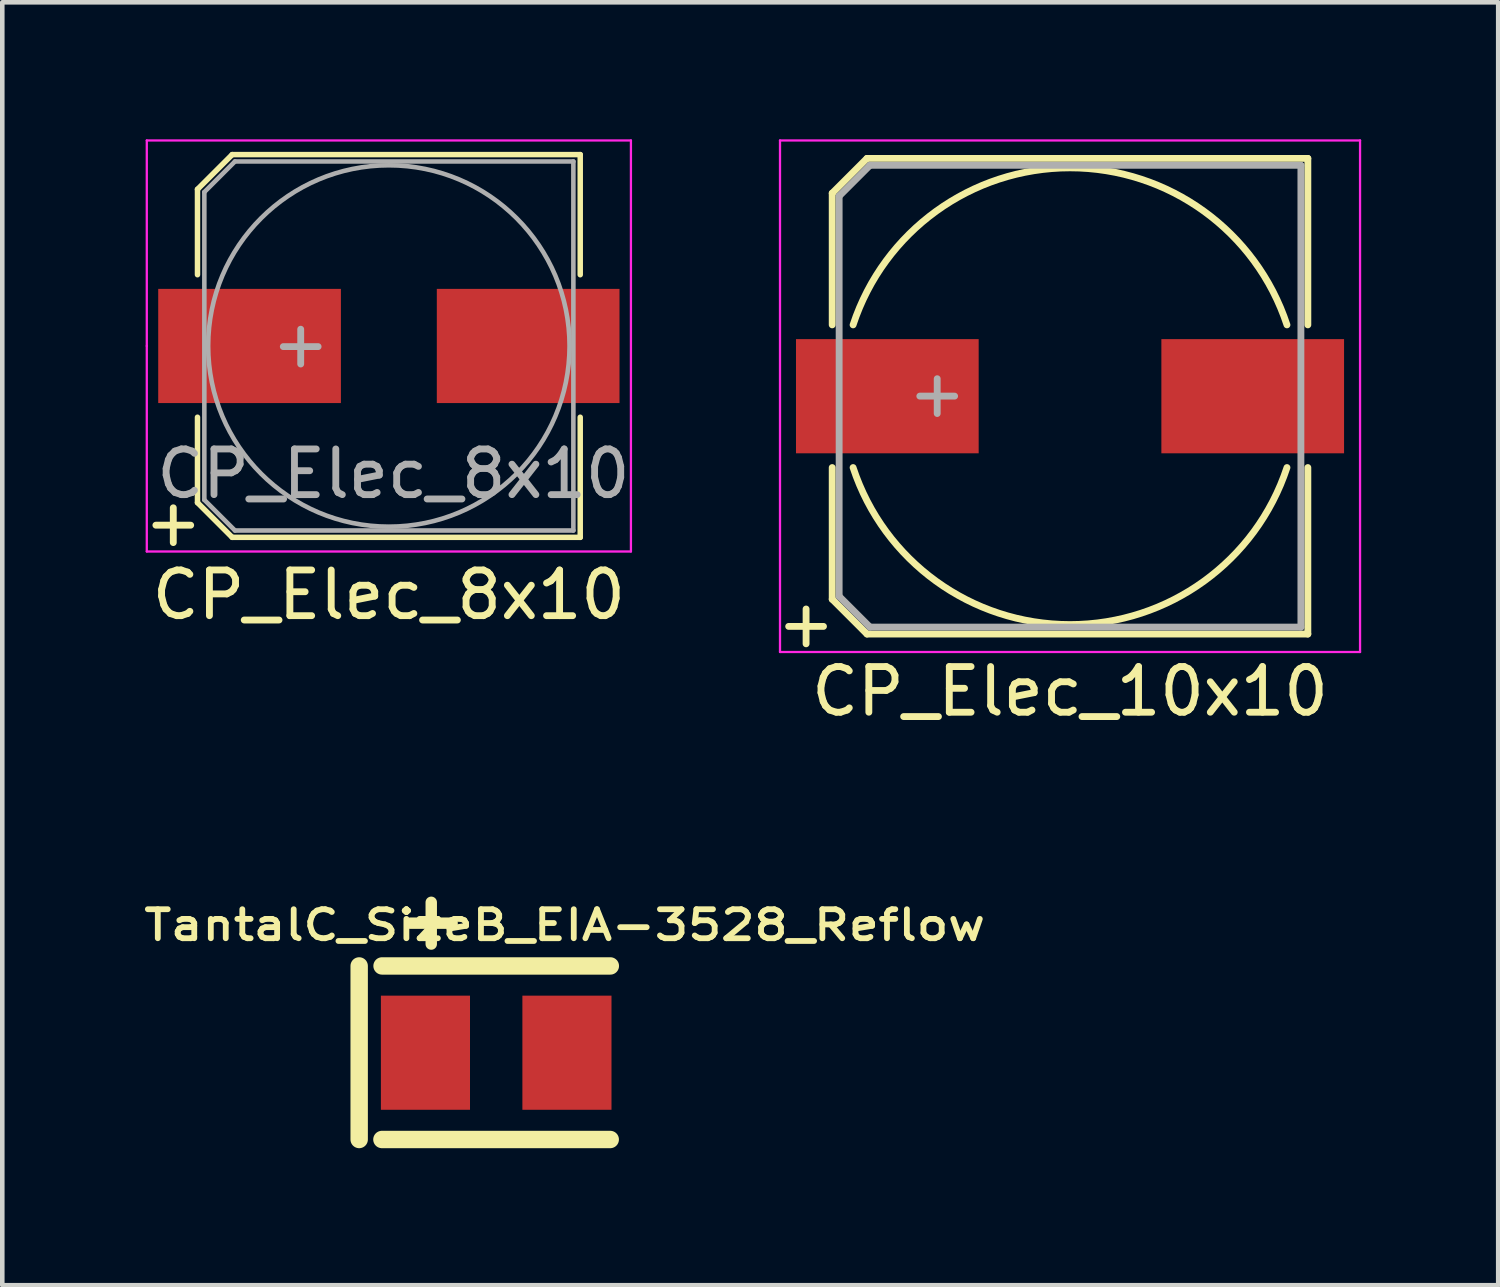
<source format=kicad_pcb>
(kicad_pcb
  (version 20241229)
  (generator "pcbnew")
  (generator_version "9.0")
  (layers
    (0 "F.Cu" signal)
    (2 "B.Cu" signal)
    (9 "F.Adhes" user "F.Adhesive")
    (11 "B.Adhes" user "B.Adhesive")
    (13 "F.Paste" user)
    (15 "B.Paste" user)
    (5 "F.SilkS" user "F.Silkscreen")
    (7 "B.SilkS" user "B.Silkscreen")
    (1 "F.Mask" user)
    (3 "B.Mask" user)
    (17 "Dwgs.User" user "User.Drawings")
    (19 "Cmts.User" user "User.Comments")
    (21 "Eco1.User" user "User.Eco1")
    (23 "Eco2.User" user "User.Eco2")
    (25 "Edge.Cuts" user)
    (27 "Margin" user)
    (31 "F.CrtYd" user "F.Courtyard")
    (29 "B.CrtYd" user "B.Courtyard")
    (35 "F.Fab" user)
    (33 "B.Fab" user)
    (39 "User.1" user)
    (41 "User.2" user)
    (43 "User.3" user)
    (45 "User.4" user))
  (footprint "CP_Elec_8x10"
    (layer "F.Cu")
    (at 5.464 4.525)
    (property "Reference" "CP_Elec_8x10" (at 0 5.45 0) (layer "F.SilkS") (effects (font (size 1 1) (thickness 0.15))))
    (attr smd)
    (fp_line (start -4.19 -3.43) (end -4.19 -1.56) (stroke (width 0.12) (type solid)) (layer "F.SilkS"))
    (fp_line (start -4.19 -3.43) (end -3.43 -4.19) (stroke (width 0.12) (type solid)) (layer "F.SilkS"))
    (fp_line (start -4.19 3.43) (end -4.19 1.56) (stroke (width 0.12) (type solid)) (layer "F.SilkS"))
    (fp_line (start -3.43 -4.19) (end 4.19 -4.19) (stroke (width 0.12) (type solid)) (layer "F.SilkS"))
    (fp_line (start -3.43 4.19) (end -4.19 3.43) (stroke (width 0.12) (type solid)) (layer "F.SilkS"))
    (fp_line (start 4.19 -4.19) (end 4.19 -1.56) (stroke (width 0.12) (type solid)) (layer "F.SilkS"))
    (fp_line (start 4.19 4.19) (end -3.43 4.19) (stroke (width 0.12) (type solid)) (layer "F.SilkS"))
    (fp_line (start 4.19 4.19) (end 4.19 1.56) (stroke (width 0.12) (type solid)) (layer "F.SilkS"))
    (fp_line (start -5.3 -4.5) (end -5.3 0) (stroke (width 0.05) (type solid)) (layer "F.CrtYd"))
    (fp_line (start -5.3 0) (end -5.3 4.5) (stroke (width 0.05) (type solid)) (layer "F.CrtYd"))
    (fp_line (start -5.3 4.5) (end 5.3 4.5) (stroke (width 0.05) (type solid)) (layer "F.CrtYd"))
    (fp_line (start 5.3 -4.5) (end -5.3 -4.5) (stroke (width 0.05) (type solid)) (layer "F.CrtYd"))
    (fp_line (start 5.3 4.5) (end 5.3 -4.5) (stroke (width 0.05) (type solid)) (layer "F.CrtYd"))
    (fp_line (start -4.04 -3.37) (end -4.04 3.37) (stroke (width 0.1) (type solid)) (layer "F.Fab"))
    (fp_line (start -4.04 3.37) (end -3.37 4.04) (stroke (width 0.1) (type solid)) (layer "F.Fab"))
    (fp_line (start -3.37 -4.04) (end -4.04 -3.37) (stroke (width 0.1) (type solid)) (layer "F.Fab"))
    (fp_line (start -3.37 4.04) (end 4.04 4.04) (stroke (width 0.1) (type solid)) (layer "F.Fab"))
    (fp_line (start 4.04 -4.04) (end -3.37 -4.04) (stroke (width 0.1) (type solid)) (layer "F.Fab"))
    (fp_line (start 4.04 4.04) (end 4.04 -4.04) (stroke (width 0.1) (type solid)) (layer "F.Fab"))
    (fp_circle (center 0 0) (end 1.1 3.8) (stroke (width 0.1) (type solid)) (fill no) (layer "F.Fab"))
    (fp_text user "+" (at -4.72 3.85 0) (layer "F.SilkS") (effects (font (size 1 1) (thickness 0.15))))
    (fp_text user "+" (at -1.93 -0.06 0) (layer "F.Fab") (effects (font (size 1 1) (thickness 0.15))))
    (fp_text user "${REFERENCE}" (at 0.1 2.8 0) (layer "F.Fab") (effects (font (size 1 1) (thickness 0.15))))
    (pad "1" smd rect (at -3.05 0 180) (size 4 2.5) (layers "F.Cu" "F.Mask" "F.Paste"))
    (pad "2" smd rect (at 3.05 0 180) (size 4 2.5) (layers "F.Cu" "F.Mask" "F.Paste")))
  (footprint "CP_Elec_10x10"
    (layer "F.Cu")
    (at 20.378 5.625)
    (property "Reference" "CP_Elec_10x10" (at 0 6.464 0) (layer "F.SilkS") (effects (font (size 1 1) (thickness 0.15))))
    (attr smd)
    (fp_line (start -5.207 -4.445) (end -5.207 -1.562) (stroke (width 0.15) (type solid)) (layer "F.SilkS"))
    (fp_line (start -5.207 -4.445) (end -4.445 -5.207) (stroke (width 0.15) (type solid)) (layer "F.SilkS"))
    (fp_line (start -5.207 4.445) (end -5.207 1.562) (stroke (width 0.15) (type solid)) (layer "F.SilkS"))
    (fp_line (start -4.445 -5.207) (end 5.207 -5.207) (stroke (width 0.15) (type solid)) (layer "F.SilkS"))
    (fp_line (start -4.445 5.207) (end -5.207 4.445) (stroke (width 0.15) (type solid)) (layer "F.SilkS"))
    (fp_line (start 5.207 -5.207) (end 5.207 -1.562) (stroke (width 0.15) (type solid)) (layer "F.SilkS"))
    (fp_line (start 5.207 5.207) (end -4.445 5.207) (stroke (width 0.15) (type solid)) (layer "F.SilkS"))
    (fp_line (start 5.207 5.207) (end 5.207 1.562) (stroke (width 0.15) (type solid)) (layer "F.SilkS"))
    (fp_arc (start -4.7498 -1.5621) (mid 0 -5.000076) (end 4.7498 -1.5621) (stroke (width 0.15) (type solid)) (layer "F.SilkS"))
    (fp_arc (start 4.7498 1.5621) (mid 0 5.000076) (end -4.7498 1.5621) (stroke (width 0.15) (type solid)) (layer "F.SilkS"))
    (fp_line (start -6.35 -5.6) (end -6.35 5.6) (stroke (width 0.05) (type solid)) (layer "F.CrtYd"))
    (fp_line (start -6.35 5.6) (end 6.35 5.6) (stroke (width 0.05) (type solid)) (layer "F.CrtYd"))
    (fp_line (start 6.35 -5.6) (end -6.35 -5.6) (stroke (width 0.05) (type solid)) (layer "F.CrtYd"))
    (fp_line (start 6.35 5.6) (end 6.35 -5.6) (stroke (width 0.05) (type solid)) (layer "F.CrtYd"))
    (fp_line (start -5.055 -4.381) (end -5.055 4.381) (stroke (width 0.15) (type solid)) (layer "F.Fab"))
    (fp_line (start -5.055 4.381) (end -4.381 5.055) (stroke (width 0.15) (type solid)) (layer "F.Fab"))
    (fp_line (start -4.381 -5.055) (end -5.055 -4.381) (stroke (width 0.15) (type solid)) (layer "F.Fab"))
    (fp_line (start -4.381 5.055) (end 5.055 5.055) (stroke (width 0.15) (type solid)) (layer "F.Fab"))
    (fp_line (start 5.055 -5.055) (end -4.381 -5.055) (stroke (width 0.15) (type solid)) (layer "F.Fab"))
    (fp_line (start 5.055 5.055) (end 5.055 -5.055) (stroke (width 0.15) (type solid)) (layer "F.Fab"))
    (fp_text user "+" (at -5.779 4.966 0) (layer "F.SilkS") (effects (font (size 1 1) (thickness 0.15))))
    (fp_text user "+" (at -2.908 -0.076 0) (layer "F.Fab") (effects (font (size 1 1) (thickness 0.15))))
    (pad "1" smd rect (at -4 0 180) (size 4 2.5) (layers "F.Cu" "F.Mask" "F.Paste"))
    (pad "2" smd rect (at 4 0 180) (size 4 2.5) (layers "F.Cu" "F.Mask" "F.Paste")))
  (footprint "TantalC_SizeB_EIA-3528_Reflow"
    (layer "F.Cu")
    (at 7.814 19.999)
    (property "Reference" "TantalC_SizeB_EIA-3528_Reflow" (at 1.499 -2.794 180) (layer "F.SilkS") (effects (font (size 0.635 0.762) (thickness 0.127))))
    (attr smd)
    (fp_line (start -3 -1.9) (end -3 1.9) (stroke (width 0.381) (type solid)) (layer "F.SilkS"))
    (fp_line (start 2.497 1.9) (end -2.502 1.9) (stroke (width 0.381) (type solid)) (layer "F.SilkS"))
    (fp_line (start 2.499 -1.9) (end -2.499 -1.9) (stroke (width 0.381) (type solid)) (layer "F.SilkS"))
    (fp_text user "+" (at -1.422 -2.921 0) (layer "F.SilkS") (effects (font (size 1.2 1.2) (thickness 0.25))))
    (pad "1" smd rect (at -1.549 0) (size 1.951 2.499) (layers "F.Cu" "F.Mask" "F.Paste"))
    (pad "2" smd rect (at 1.549 0) (size 1.951 2.499) (layers "F.Cu" "F.Mask" "F.Paste")))
  (gr_rect
    (start -3 -3)
    (end 29.753 25.09)
    (stroke (width 0.1) (type default))
    (fill no)
    (layer "Edge.Cuts")))
</source>
